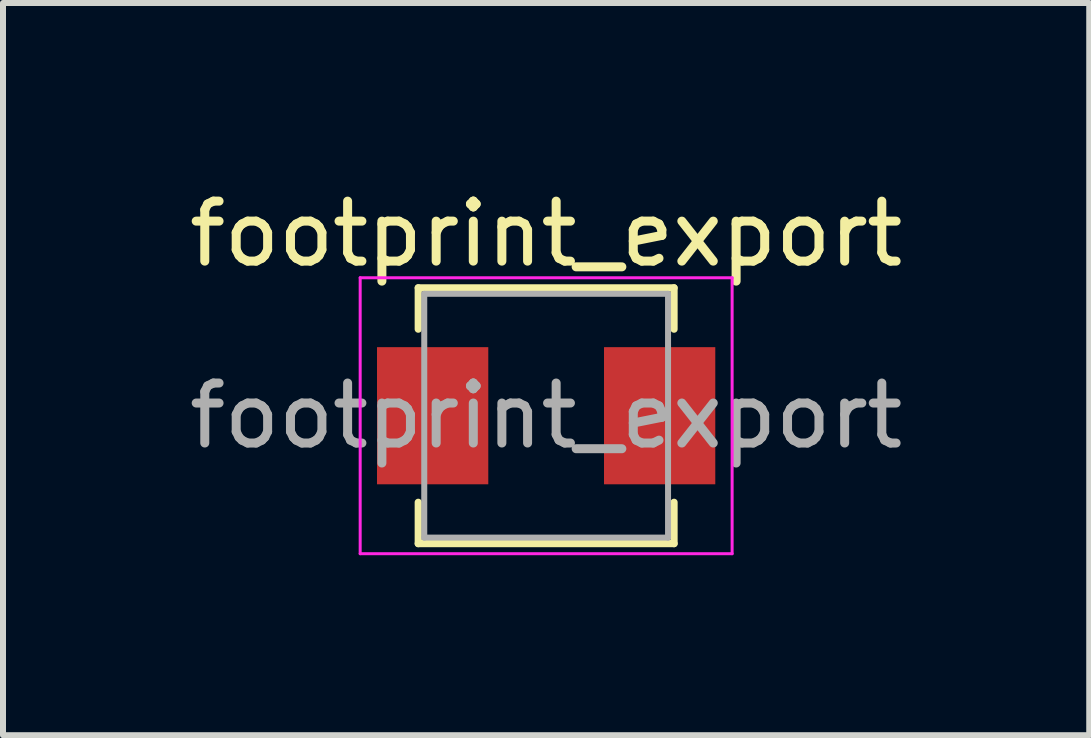
<source format=kicad_pcb>
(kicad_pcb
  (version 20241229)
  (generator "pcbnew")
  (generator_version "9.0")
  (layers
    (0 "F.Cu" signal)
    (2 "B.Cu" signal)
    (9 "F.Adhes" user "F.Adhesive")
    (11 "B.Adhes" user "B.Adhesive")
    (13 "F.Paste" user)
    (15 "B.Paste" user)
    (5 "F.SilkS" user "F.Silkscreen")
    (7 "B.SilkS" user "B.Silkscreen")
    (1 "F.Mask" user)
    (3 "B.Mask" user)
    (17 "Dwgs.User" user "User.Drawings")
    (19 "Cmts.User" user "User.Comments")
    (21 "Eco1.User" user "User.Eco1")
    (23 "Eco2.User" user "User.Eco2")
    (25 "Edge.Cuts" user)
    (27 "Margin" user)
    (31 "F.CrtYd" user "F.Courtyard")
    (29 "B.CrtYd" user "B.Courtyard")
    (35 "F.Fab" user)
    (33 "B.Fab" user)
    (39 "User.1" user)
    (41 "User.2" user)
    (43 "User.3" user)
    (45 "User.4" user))
  (footprint "footprint_export"
    (layer "F.Cu")
    (at 6.054 3.88)
    (property "Reference" "footprint_export" (at 0 -3.032 0) (layer "F.SilkS") (effects (font (size 1 1) (thickness 0.15))))
    (attr smd)
    (fp_line (start -2.132 -2.132) (end 2.132 -2.132) (stroke (width 0.12) (type solid)) (layer "F.SilkS"))
    (fp_line (start -2.132 -1.443) (end -2.132 -2.132) (stroke (width 0.12) (type solid)) (layer "F.SilkS"))
    (fp_line (start -2.132 1.443) (end -2.132 2.132) (stroke (width 0.12) (type solid)) (layer "F.SilkS"))
    (fp_line (start -2.132 2.132) (end 2.132 2.132) (stroke (width 0.12) (type solid)) (layer "F.SilkS"))
    (fp_line (start 2.132 -2.132) (end 2.132 -1.443) (stroke (width 0.12) (type solid)) (layer "F.SilkS"))
    (fp_line (start 2.132 2.132) (end 2.132 1.443) (stroke (width 0.12) (type solid)) (layer "F.SilkS"))
    (fp_line (start -3.1 -2.3) (end -3.1 2.3) (stroke (width 0.05) (type solid)) (layer "F.CrtYd"))
    (fp_line (start -3.1 2.3) (end 3.1 2.3) (stroke (width 0.05) (type solid)) (layer "F.CrtYd"))
    (fp_line (start 3.1 -2.3) (end -3.1 -2.3) (stroke (width 0.05) (type solid)) (layer "F.CrtYd"))
    (fp_line (start 3.1 2.3) (end 3.1 -2.3) (stroke (width 0.05) (type solid)) (layer "F.CrtYd"))
    (fp_line (start -2.032 -2.032) (end -2.032 2.032) (stroke (width 0.1) (type solid)) (layer "F.Fab"))
    (fp_line (start -2.032 2.032) (end 2.032 2.032) (stroke (width 0.1) (type solid)) (layer "F.Fab"))
    (fp_line (start 2.032 -2.032) (end -2.032 -2.032) (stroke (width 0.1) (type solid)) (layer "F.Fab"))
    (fp_line (start 2.032 2.032) (end 2.032 -2.032) (stroke (width 0.1) (type solid)) (layer "F.Fab"))
    (fp_text user "${REFERENCE}" (at 0 0 0) (layer "F.Fab") (effects (font (size 1 1) (thickness 0.15))))
    (pad "1" smd rect (at -1.892 0) (size 1.855 2.286) (layers "F.Cu" "F.Mask" "F.Paste"))
    (pad "2" smd rect (at 1.892 0) (size 1.855 2.286) (layers "F.Cu" "F.Mask" "F.Paste")))
  (gr_rect
    (start -3 -3)
    (end 15.107 9.205)
    (stroke (width 0.1) (type default))
    (fill no)
    (layer "Edge.Cuts")))
</source>
